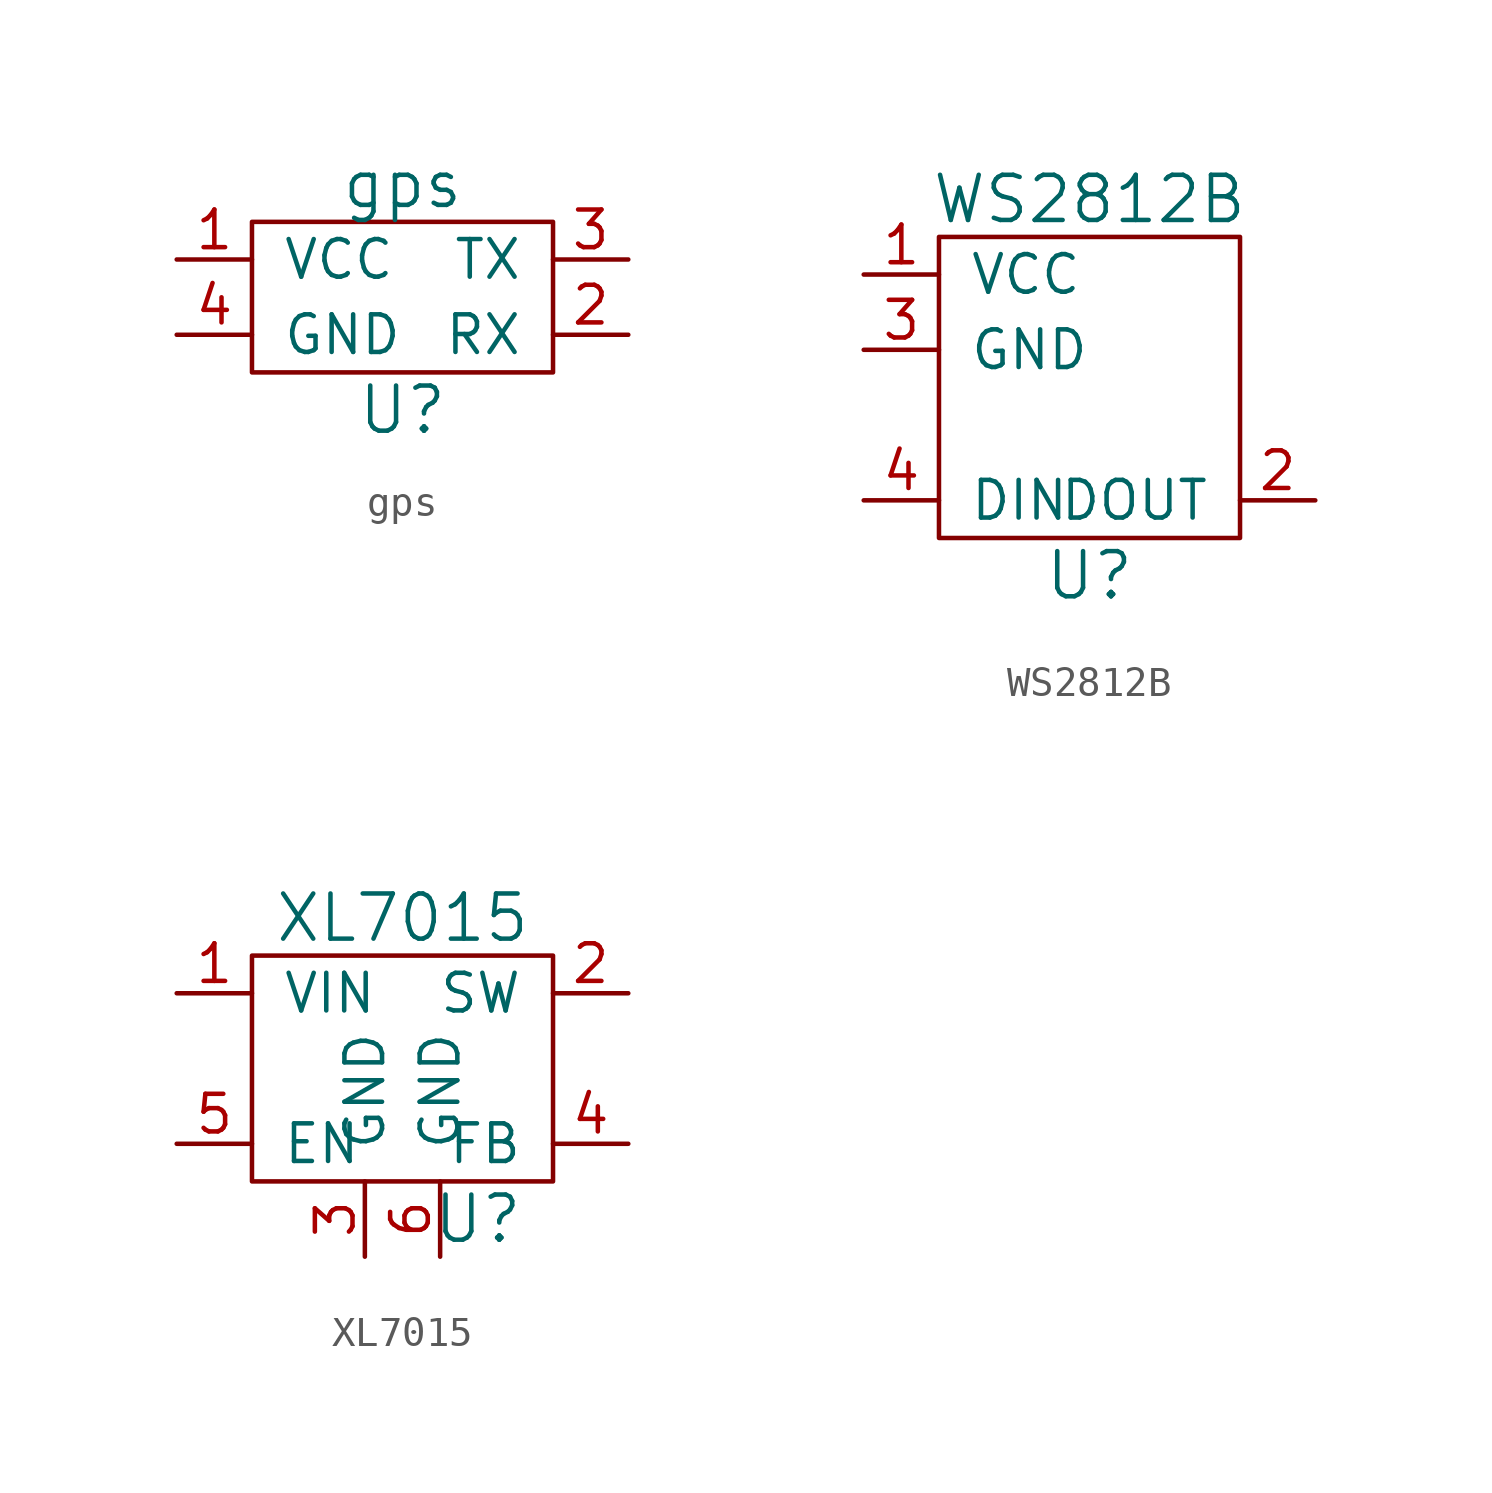
<source format=kicad_sym>
(kicad_symbol_lib
  (version 20211014)
  (generator kicad_symbol_editor)
  (symbol "gps"
    (pin_names
      (offset 1.016))
    (property "Reference" "U"
      (at 0 -3.81 0)
      (effects (font (size 1.524 1.524))))
    (property "Value" "gps"
      (at 0 3.81 0)
      (effects (font (size 1.524 1.524))))
    (symbol "gps_0_1"
      (rectangle (start -5.08 2.54) (end 5.08 -2.54) (stroke (width 0) (type default) (color 0 0 0 0)) (fill (type none))))
    (symbol "gps_1_1"
      (pin power_in line (at -7.62 1.27 0) (length 2.54) (name "VCC" (effects (font (size 1.27 1.27)))) (number "1" (effects (font (size 1.27 1.27)))))
      (pin input line (at 7.62 -1.27 180) (length 2.54) (name "RX" (effects (font (size 1.27 1.27)))) (number "2" (effects (font (size 1.27 1.27)))))
      (pin output line (at 7.62 1.27 180) (length 2.54) (name "TX" (effects (font (size 1.27 1.27)))) (number "3" (effects (font (size 1.27 1.27)))))
      (pin power_in line (at -7.62 -1.27 0) (length 2.54) (name "GND" (effects (font (size 1.27 1.27)))) (number "4" (effects (font (size 1.27 1.27)))))))
  (symbol "WS2812B"
    (pin_names
      (offset 1.016))
    (property "Reference" "U"
      (at 0 -7.62 0)
      (effects (font (size 1.524 1.524))))
    (property "Value" "WS2812B"
      (at 0 5.08 0)
      (effects (font (size 1.524 1.524))))
    (symbol "WS2812B_0_1"
      (rectangle (start -5.08 3.81) (end 5.08 -6.35) (stroke (width 0) (type default) (color 0 0 0 0)) (fill (type none))))
    (symbol "WS2812B_1_1"
      (pin power_in line (at -7.62 2.54 0) (length 2.54) (name "VCC" (effects (font (size 1.27 1.27)))) (number "1" (effects (font (size 1.27 1.27)))))
      (pin output line (at 7.62 -5.08 180) (length 2.54) (name "DOUT" (effects (font (size 1.27 1.27)))) (number "2" (effects (font (size 1.27 1.27)))))
      (pin power_in line (at -7.62 0 0) (length 2.54) (name "GND" (effects (font (size 1.27 1.27)))) (number "3" (effects (font (size 1.27 1.27)))))
      (pin input line (at -7.62 -5.08 0) (length 2.54) (name "DIN" (effects (font (size 1.27 1.27)))) (number "4" (effects (font (size 1.27 1.27)))))))
  (symbol "XL7015"
    (pin_names
      (offset 1.016))
    (property "Reference" "U"
      (at 2.54 -5.08 0)
      (effects (font (size 1.524 1.524))))
    (property "Value" "XL7015"
      (at 0 5.08 0)
      (effects (font (size 1.524 1.524))))
    (symbol "XL7015_0_1"
      (polyline (pts (xy -5.08 3.81) (xy -5.08 -3.81) (xy 5.08 -3.81) (xy 5.08 0) (xy 5.08 3.81) (xy -5.08 3.81)) (stroke (width 0) (type default) (color 0 0 0 0)) (fill (type none))))
    (symbol "XL7015_1_1"
      (pin power_in line (at -7.62 2.54 0) (length 2.54) (name "VIN" (effects (font (size 1.27 1.27)))) (number "1" (effects (font (size 1.27 1.27)))))
      (pin power_out line (at 7.62 2.54 180) (length 2.54) (name "SW" (effects (font (size 1.27 1.27)))) (number "2" (effects (font (size 1.27 1.27)))))
      (pin power_in line (at -1.27 -6.35 90) (length 2.54) (name "GND" (effects (font (size 1.27 1.27)))) (number "3" (effects (font (size 1.27 1.27)))))
      (pin input line (at 7.62 -2.54 180) (length 2.54) (name "FB" (effects (font (size 1.27 1.27)))) (number "4" (effects (font (size 1.27 1.27)))))
      (pin input line (at -7.62 -2.54 0) (length 2.54) (name "EN" (effects (font (size 1.27 1.27)))) (number "5" (effects (font (size 1.27 1.27)))))
      (pin power_in line (at 1.27 -6.35 90) (length 2.54) (name "GND" (effects (font (size 1.27 1.27)))) (number "6" (effects (font (size 1.27 1.27))))))))
</source>
